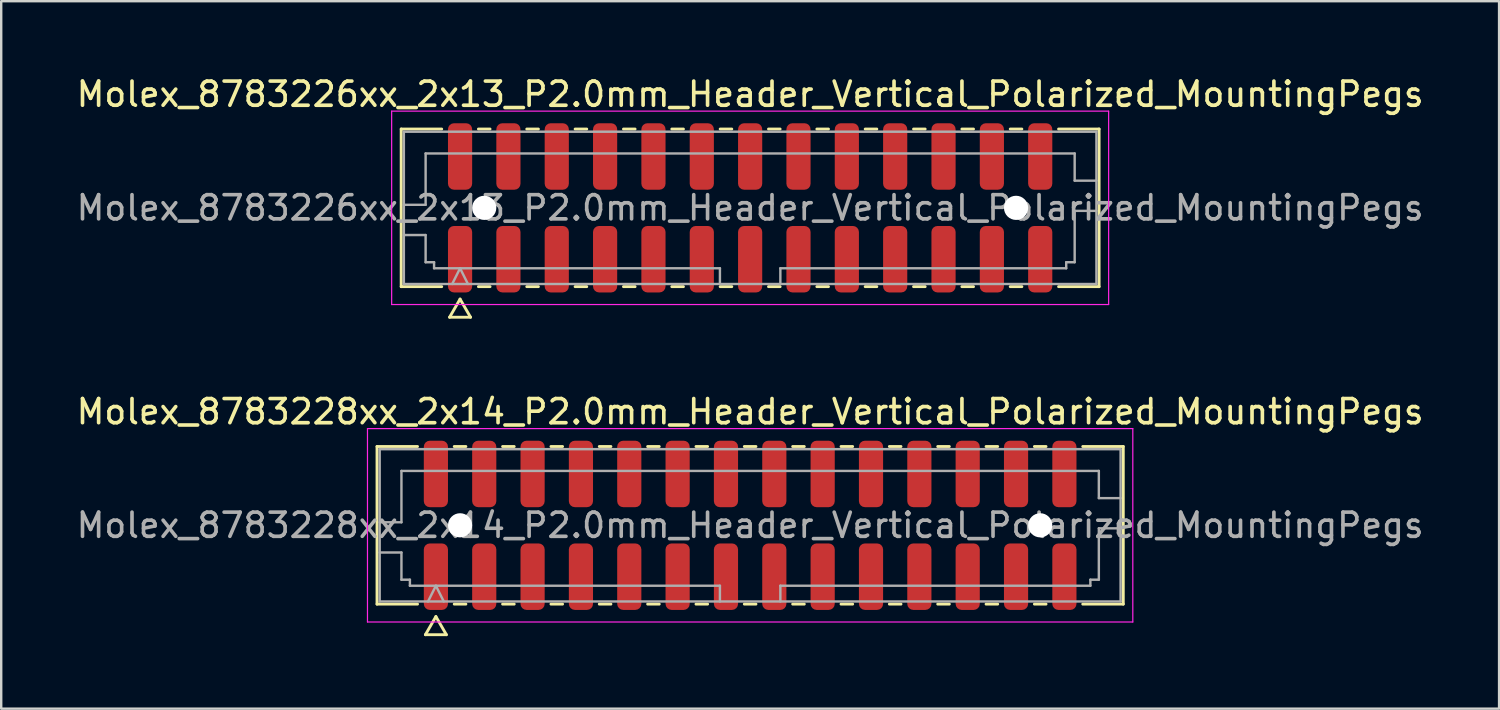
<source format=kicad_pcb>
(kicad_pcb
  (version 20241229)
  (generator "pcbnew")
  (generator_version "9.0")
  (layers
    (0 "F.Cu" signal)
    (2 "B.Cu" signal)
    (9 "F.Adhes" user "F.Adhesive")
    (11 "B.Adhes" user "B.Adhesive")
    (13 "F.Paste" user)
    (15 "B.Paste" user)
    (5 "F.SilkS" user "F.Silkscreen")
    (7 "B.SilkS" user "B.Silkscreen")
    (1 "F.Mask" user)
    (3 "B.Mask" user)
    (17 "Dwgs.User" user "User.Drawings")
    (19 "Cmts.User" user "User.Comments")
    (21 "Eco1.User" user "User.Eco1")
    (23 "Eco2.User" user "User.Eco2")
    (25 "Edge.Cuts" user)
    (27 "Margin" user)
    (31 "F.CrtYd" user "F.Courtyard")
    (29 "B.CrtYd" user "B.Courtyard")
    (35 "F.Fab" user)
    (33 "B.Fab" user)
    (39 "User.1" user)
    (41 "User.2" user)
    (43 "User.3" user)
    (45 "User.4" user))
  (footprint "Molex_8783228xx_2x14_P2.0mm_Header_Vertical_Polarized_MountingPegs"
    (layer "F.Cu")
    (at 27.982 18.681)
    (property "Reference" "Molex_8783228xx_2x14_P2.0mm_Header_Vertical_Polarized_MountingPegs" (at 0 -4.7 0) (layer "F.SilkS") (effects (font (size 1 1) (thickness 0.15))))
    (attr smd)
    (fp_line (start -15.435 -3.26) (end -13.76 -3.26) (stroke (width 0.12) (type solid)) (layer "F.SilkS"))
    (fp_line (start -15.435 3.26) (end -15.435 -3.26) (stroke (width 0.12) (type solid)) (layer "F.SilkS"))
    (fp_line (start -13.76 3.26) (end -15.435 3.26) (stroke (width 0.12) (type solid)) (layer "F.SilkS"))
    (fp_line (start -13.433 4.525) (end -13 3.775) (stroke (width 0.12) (type solid)) (layer "F.SilkS"))
    (fp_line (start -13 3.775) (end -12.567 4.525) (stroke (width 0.12) (type solid)) (layer "F.SilkS"))
    (fp_line (start -12.567 4.525) (end -13.433 4.525) (stroke (width 0.12) (type solid)) (layer "F.SilkS"))
    (fp_line (start -12.24 -3.26) (end -11.76 -3.26) (stroke (width 0.12) (type solid)) (layer "F.SilkS"))
    (fp_line (start -11.76 3.26) (end -12.24 3.26) (stroke (width 0.12) (type solid)) (layer "F.SilkS"))
    (fp_line (start -10.24 -3.26) (end -9.76 -3.26) (stroke (width 0.12) (type solid)) (layer "F.SilkS"))
    (fp_line (start -9.76 3.26) (end -10.24 3.26) (stroke (width 0.12) (type solid)) (layer "F.SilkS"))
    (fp_line (start -8.24 -3.26) (end -7.76 -3.26) (stroke (width 0.12) (type solid)) (layer "F.SilkS"))
    (fp_line (start -7.76 3.26) (end -8.24 3.26) (stroke (width 0.12) (type solid)) (layer "F.SilkS"))
    (fp_line (start -6.24 -3.26) (end -5.76 -3.26) (stroke (width 0.12) (type solid)) (layer "F.SilkS"))
    (fp_line (start -5.76 3.26) (end -6.24 3.26) (stroke (width 0.12) (type solid)) (layer "F.SilkS"))
    (fp_line (start -4.24 -3.26) (end -3.76 -3.26) (stroke (width 0.12) (type solid)) (layer "F.SilkS"))
    (fp_line (start -3.76 3.26) (end -4.24 3.26) (stroke (width 0.12) (type solid)) (layer "F.SilkS"))
    (fp_line (start -2.24 -3.26) (end -1.76 -3.26) (stroke (width 0.12) (type solid)) (layer "F.SilkS"))
    (fp_line (start -1.76 3.26) (end -2.24 3.26) (stroke (width 0.12) (type solid)) (layer "F.SilkS"))
    (fp_line (start -0.24 -3.26) (end 0.24 -3.26) (stroke (width 0.12) (type solid)) (layer "F.SilkS"))
    (fp_line (start 0.24 3.26) (end -0.24 3.26) (stroke (width 0.12) (type solid)) (layer "F.SilkS"))
    (fp_line (start 1.76 -3.26) (end 2.24 -3.26) (stroke (width 0.12) (type solid)) (layer "F.SilkS"))
    (fp_line (start 2.24 3.26) (end 1.76 3.26) (stroke (width 0.12) (type solid)) (layer "F.SilkS"))
    (fp_line (start 3.76 -3.26) (end 4.24 -3.26) (stroke (width 0.12) (type solid)) (layer "F.SilkS"))
    (fp_line (start 4.24 3.26) (end 3.76 3.26) (stroke (width 0.12) (type solid)) (layer "F.SilkS"))
    (fp_line (start 5.76 -3.26) (end 6.24 -3.26) (stroke (width 0.12) (type solid)) (layer "F.SilkS"))
    (fp_line (start 6.24 3.26) (end 5.76 3.26) (stroke (width 0.12) (type solid)) (layer "F.SilkS"))
    (fp_line (start 7.76 -3.26) (end 8.24 -3.26) (stroke (width 0.12) (type solid)) (layer "F.SilkS"))
    (fp_line (start 8.24 3.26) (end 7.76 3.26) (stroke (width 0.12) (type solid)) (layer "F.SilkS"))
    (fp_line (start 9.76 -3.26) (end 10.24 -3.26) (stroke (width 0.12) (type solid)) (layer "F.SilkS"))
    (fp_line (start 10.24 3.26) (end 9.76 3.26) (stroke (width 0.12) (type solid)) (layer "F.SilkS"))
    (fp_line (start 11.76 -3.26) (end 12.24 -3.26) (stroke (width 0.12) (type solid)) (layer "F.SilkS"))
    (fp_line (start 12.24 3.26) (end 11.76 3.26) (stroke (width 0.12) (type solid)) (layer "F.SilkS"))
    (fp_line (start 13.76 -3.26) (end 15.435 -3.26) (stroke (width 0.12) (type solid)) (layer "F.SilkS"))
    (fp_line (start 15.435 -3.26) (end 15.435 3.26) (stroke (width 0.12) (type solid)) (layer "F.SilkS"))
    (fp_line (start 15.435 3.26) (end 13.76 3.26) (stroke (width 0.12) (type solid)) (layer "F.SilkS"))
    (fp_line (start -15.83 -4) (end -15.83 4) (stroke (width 0.05) (type solid)) (layer "F.CrtYd"))
    (fp_line (start -15.83 4) (end 15.83 4) (stroke (width 0.05) (type solid)) (layer "F.CrtYd"))
    (fp_line (start 15.83 -4) (end -15.83 -4) (stroke (width 0.05) (type solid)) (layer "F.CrtYd"))
    (fp_line (start 15.83 4) (end 15.83 -4) (stroke (width 0.05) (type solid)) (layer "F.CrtYd"))
    (fp_line (start -15.325 -3.15) (end 15.325 -3.15) (stroke (width 0.1) (type solid)) (layer "F.Fab"))
    (fp_line (start -15.325 -0.125) (end -14.425 -0.125) (stroke (width 0.1) (type solid)) (layer "F.Fab"))
    (fp_line (start -15.325 1.125) (end -14.425 1.125) (stroke (width 0.1) (type solid)) (layer "F.Fab"))
    (fp_line (start -15.325 3.15) (end -15.325 -3.15) (stroke (width 0.1) (type solid)) (layer "F.Fab"))
    (fp_line (start -14.425 -2.25) (end 14.425 -2.25) (stroke (width 0.1) (type solid)) (layer "F.Fab"))
    (fp_line (start -14.425 -0.125) (end -14.425 -2.25) (stroke (width 0.1) (type solid)) (layer "F.Fab"))
    (fp_line (start -14.425 1.125) (end -14.425 2.25) (stroke (width 0.1) (type solid)) (layer "F.Fab"))
    (fp_line (start -14.425 2.25) (end -14.075 2.25) (stroke (width 0.1) (type solid)) (layer "F.Fab"))
    (fp_line (start -14.075 2.25) (end -14.075 2.5) (stroke (width 0.1) (type solid)) (layer "F.Fab"))
    (fp_line (start -14.075 2.5) (end -1.25 2.5) (stroke (width 0.1) (type solid)) (layer "F.Fab"))
    (fp_line (start -13.325 3.15) (end -13 2.5) (stroke (width 0.1) (type solid)) (layer "F.Fab"))
    (fp_line (start -13 2.5) (end -12.675 3.15) (stroke (width 0.1) (type solid)) (layer "F.Fab"))
    (fp_line (start -1.25 2.5) (end -1.25 3.15) (stroke (width 0.1) (type solid)) (layer "F.Fab"))
    (fp_line (start 1.25 2.5) (end 1.25 3.15) (stroke (width 0.1) (type solid)) (layer "F.Fab"))
    (fp_line (start 1.25 2.5) (end 14.075 2.5) (stroke (width 0.1) (type solid)) (layer "F.Fab"))
    (fp_line (start 14.075 2.25) (end 14.425 2.25) (stroke (width 0.1) (type solid)) (layer "F.Fab"))
    (fp_line (start 14.075 2.5) (end 14.075 2.25) (stroke (width 0.1) (type solid)) (layer "F.Fab"))
    (fp_line (start 14.425 -2.25) (end 14.425 -1.125) (stroke (width 0.1) (type solid)) (layer "F.Fab"))
    (fp_line (start 14.425 -1.125) (end 15.325 -1.125) (stroke (width 0.1) (type solid)) (layer "F.Fab"))
    (fp_line (start 14.425 0.125) (end 15.325 0.125) (stroke (width 0.1) (type solid)) (layer "F.Fab"))
    (fp_line (start 14.425 2.25) (end 14.425 0.125) (stroke (width 0.1) (type solid)) (layer "F.Fab"))
    (fp_line (start 15.325 -3.15) (end 15.325 3.15) (stroke (width 0.1) (type solid)) (layer "F.Fab"))
    (fp_line (start 15.325 3.15) (end -15.325 3.15) (stroke (width 0.1) (type solid)) (layer "F.Fab"))
    (fp_text user "${REFERENCE}" (at 0 0 0) (layer "F.Fab") (effects (font (size 1 1) (thickness 0.15))))
    (pad "" np_thru_hole circle (at -12 0) (size 1 1) (drill 1) (layers "*.Cu" "*.Mask"))
    (pad "" np_thru_hole circle (at 12 0) (size 1 1) (drill 1) (layers "*.Cu" "*.Mask"))
    (pad "1" smd roundrect (at -13 2.125) (size 1 2.75) (layers "F.Cu" "F.Mask" "F.Paste") (roundrect_rratio 0.25))
    (pad "2" smd roundrect (at -13 -2.125) (size 1 2.75) (layers "F.Cu" "F.Mask" "F.Paste") (roundrect_rratio 0.25))
    (pad "3" smd roundrect (at -11 2.125) (size 1 2.75) (layers "F.Cu" "F.Mask" "F.Paste") (roundrect_rratio 0.25))
    (pad "4" smd roundrect (at -11 -2.125) (size 1 2.75) (layers "F.Cu" "F.Mask" "F.Paste") (roundrect_rratio 0.25))
    (pad "5" smd roundrect (at -9 2.125) (size 1 2.75) (layers "F.Cu" "F.Mask" "F.Paste") (roundrect_rratio 0.25))
    (pad "6" smd roundrect (at -9 -2.125) (size 1 2.75) (layers "F.Cu" "F.Mask" "F.Paste") (roundrect_rratio 0.25))
    (pad "7" smd roundrect (at -7 2.125) (size 1 2.75) (layers "F.Cu" "F.Mask" "F.Paste") (roundrect_rratio 0.25))
    (pad "8" smd roundrect (at -7 -2.125) (size 1 2.75) (layers "F.Cu" "F.Mask" "F.Paste") (roundrect_rratio 0.25))
    (pad "9" smd roundrect (at -5 2.125) (size 1 2.75) (layers "F.Cu" "F.Mask" "F.Paste") (roundrect_rratio 0.25))
    (pad "10" smd roundrect (at -5 -2.125) (size 1 2.75) (layers "F.Cu" "F.Mask" "F.Paste") (roundrect_rratio 0.25))
    (pad "11" smd roundrect (at -3 2.125) (size 1 2.75) (layers "F.Cu" "F.Mask" "F.Paste") (roundrect_rratio 0.25))
    (pad "12" smd roundrect (at -3 -2.125) (size 1 2.75) (layers "F.Cu" "F.Mask" "F.Paste") (roundrect_rratio 0.25))
    (pad "13" smd roundrect (at -1 2.125) (size 1 2.75) (layers "F.Cu" "F.Mask" "F.Paste") (roundrect_rratio 0.25))
    (pad "14" smd roundrect (at -1 -2.125) (size 1 2.75) (layers "F.Cu" "F.Mask" "F.Paste") (roundrect_rratio 0.25))
    (pad "15" smd roundrect (at 1 2.125) (size 1 2.75) (layers "F.Cu" "F.Mask" "F.Paste") (roundrect_rratio 0.25))
    (pad "16" smd roundrect (at 1 -2.125) (size 1 2.75) (layers "F.Cu" "F.Mask" "F.Paste") (roundrect_rratio 0.25))
    (pad "17" smd roundrect (at 3 2.125) (size 1 2.75) (layers "F.Cu" "F.Mask" "F.Paste") (roundrect_rratio 0.25))
    (pad "18" smd roundrect (at 3 -2.125) (size 1 2.75) (layers "F.Cu" "F.Mask" "F.Paste") (roundrect_rratio 0.25))
    (pad "19" smd roundrect (at 5 2.125) (size 1 2.75) (layers "F.Cu" "F.Mask" "F.Paste") (roundrect_rratio 0.25))
    (pad "20" smd roundrect (at 5 -2.125) (size 1 2.75) (layers "F.Cu" "F.Mask" "F.Paste") (roundrect_rratio 0.25))
    (pad "21" smd roundrect (at 7 2.125) (size 1 2.75) (layers "F.Cu" "F.Mask" "F.Paste") (roundrect_rratio 0.25))
    (pad "22" smd roundrect (at 7 -2.125) (size 1 2.75) (layers "F.Cu" "F.Mask" "F.Paste") (roundrect_rratio 0.25))
    (pad "23" smd roundrect (at 9 2.125) (size 1 2.75) (layers "F.Cu" "F.Mask" "F.Paste") (roundrect_rratio 0.25))
    (pad "24" smd roundrect (at 9 -2.125) (size 1 2.75) (layers "F.Cu" "F.Mask" "F.Paste") (roundrect_rratio 0.25))
    (pad "25" smd roundrect (at 11 2.125) (size 1 2.75) (layers "F.Cu" "F.Mask" "F.Paste") (roundrect_rratio 0.25))
    (pad "26" smd roundrect (at 11 -2.125) (size 1 2.75) (layers "F.Cu" "F.Mask" "F.Paste") (roundrect_rratio 0.25))
    (pad "27" smd roundrect (at 13 2.125) (size 1 2.75) (layers "F.Cu" "F.Mask" "F.Paste") (roundrect_rratio 0.25))
    (pad "28" smd roundrect (at 13 -2.125) (size 1 2.75) (layers "F.Cu" "F.Mask" "F.Paste") (roundrect_rratio 0.25)))
  (footprint "Molex_8783226xx_2x13_P2.0mm_Header_Vertical_Polarized_MountingPegs"
    (layer "F.Cu")
    (at 27.982 5.548)
    (property "Reference" "Molex_8783226xx_2x13_P2.0mm_Header_Vertical_Polarized_MountingPegs" (at 0 -4.7 0) (layer "F.SilkS") (effects (font (size 1 1) (thickness 0.15))))
    (attr smd)
    (fp_line (start -14.435 -3.26) (end -12.76 -3.26) (stroke (width 0.12) (type solid)) (layer "F.SilkS"))
    (fp_line (start -14.435 3.26) (end -14.435 -3.26) (stroke (width 0.12) (type solid)) (layer "F.SilkS"))
    (fp_line (start -12.76 3.26) (end -14.435 3.26) (stroke (width 0.12) (type solid)) (layer "F.SilkS"))
    (fp_line (start -12.433 4.525) (end -12 3.775) (stroke (width 0.12) (type solid)) (layer "F.SilkS"))
    (fp_line (start -12 3.775) (end -11.567 4.525) (stroke (width 0.12) (type solid)) (layer "F.SilkS"))
    (fp_line (start -11.567 4.525) (end -12.433 4.525) (stroke (width 0.12) (type solid)) (layer "F.SilkS"))
    (fp_line (start -11.24 -3.26) (end -10.76 -3.26) (stroke (width 0.12) (type solid)) (layer "F.SilkS"))
    (fp_line (start -10.76 3.26) (end -11.24 3.26) (stroke (width 0.12) (type solid)) (layer "F.SilkS"))
    (fp_line (start -9.24 -3.26) (end -8.76 -3.26) (stroke (width 0.12) (type solid)) (layer "F.SilkS"))
    (fp_line (start -8.76 3.26) (end -9.24 3.26) (stroke (width 0.12) (type solid)) (layer "F.SilkS"))
    (fp_line (start -7.24 -3.26) (end -6.76 -3.26) (stroke (width 0.12) (type solid)) (layer "F.SilkS"))
    (fp_line (start -6.76 3.26) (end -7.24 3.26) (stroke (width 0.12) (type solid)) (layer "F.SilkS"))
    (fp_line (start -5.24 -3.26) (end -4.76 -3.26) (stroke (width 0.12) (type solid)) (layer "F.SilkS"))
    (fp_line (start -4.76 3.26) (end -5.24 3.26) (stroke (width 0.12) (type solid)) (layer "F.SilkS"))
    (fp_line (start -3.24 -3.26) (end -2.76 -3.26) (stroke (width 0.12) (type solid)) (layer "F.SilkS"))
    (fp_line (start -2.76 3.26) (end -3.24 3.26) (stroke (width 0.12) (type solid)) (layer "F.SilkS"))
    (fp_line (start -1.24 -3.26) (end -0.76 -3.26) (stroke (width 0.12) (type solid)) (layer "F.SilkS"))
    (fp_line (start -0.76 3.26) (end -1.24 3.26) (stroke (width 0.12) (type solid)) (layer "F.SilkS"))
    (fp_line (start 0.76 -3.26) (end 1.24 -3.26) (stroke (width 0.12) (type solid)) (layer "F.SilkS"))
    (fp_line (start 1.24 3.26) (end 0.76 3.26) (stroke (width 0.12) (type solid)) (layer "F.SilkS"))
    (fp_line (start 2.76 -3.26) (end 3.24 -3.26) (stroke (width 0.12) (type solid)) (layer "F.SilkS"))
    (fp_line (start 3.24 3.26) (end 2.76 3.26) (stroke (width 0.12) (type solid)) (layer "F.SilkS"))
    (fp_line (start 4.76 -3.26) (end 5.24 -3.26) (stroke (width 0.12) (type solid)) (layer "F.SilkS"))
    (fp_line (start 5.24 3.26) (end 4.76 3.26) (stroke (width 0.12) (type solid)) (layer "F.SilkS"))
    (fp_line (start 6.76 -3.26) (end 7.24 -3.26) (stroke (width 0.12) (type solid)) (layer "F.SilkS"))
    (fp_line (start 7.24 3.26) (end 6.76 3.26) (stroke (width 0.12) (type solid)) (layer "F.SilkS"))
    (fp_line (start 8.76 -3.26) (end 9.24 -3.26) (stroke (width 0.12) (type solid)) (layer "F.SilkS"))
    (fp_line (start 9.24 3.26) (end 8.76 3.26) (stroke (width 0.12) (type solid)) (layer "F.SilkS"))
    (fp_line (start 10.76 -3.26) (end 11.24 -3.26) (stroke (width 0.12) (type solid)) (layer "F.SilkS"))
    (fp_line (start 11.24 3.26) (end 10.76 3.26) (stroke (width 0.12) (type solid)) (layer "F.SilkS"))
    (fp_line (start 12.76 -3.26) (end 14.435 -3.26) (stroke (width 0.12) (type solid)) (layer "F.SilkS"))
    (fp_line (start 14.435 -3.26) (end 14.435 3.26) (stroke (width 0.12) (type solid)) (layer "F.SilkS"))
    (fp_line (start 14.435 3.26) (end 12.76 3.26) (stroke (width 0.12) (type solid)) (layer "F.SilkS"))
    (fp_line (start -14.83 -4) (end -14.83 4) (stroke (width 0.05) (type solid)) (layer "F.CrtYd"))
    (fp_line (start -14.83 4) (end 14.83 4) (stroke (width 0.05) (type solid)) (layer "F.CrtYd"))
    (fp_line (start 14.83 -4) (end -14.83 -4) (stroke (width 0.05) (type solid)) (layer "F.CrtYd"))
    (fp_line (start 14.83 4) (end 14.83 -4) (stroke (width 0.05) (type solid)) (layer "F.CrtYd"))
    (fp_line (start -14.325 -3.15) (end 14.325 -3.15) (stroke (width 0.1) (type solid)) (layer "F.Fab"))
    (fp_line (start -14.325 -0.125) (end -13.425 -0.125) (stroke (width 0.1) (type solid)) (layer "F.Fab"))
    (fp_line (start -14.325 1.125) (end -13.425 1.125) (stroke (width 0.1) (type solid)) (layer "F.Fab"))
    (fp_line (start -14.325 3.15) (end -14.325 -3.15) (stroke (width 0.1) (type solid)) (layer "F.Fab"))
    (fp_line (start -13.425 -2.25) (end 13.425 -2.25) (stroke (width 0.1) (type solid)) (layer "F.Fab"))
    (fp_line (start -13.425 -0.125) (end -13.425 -2.25) (stroke (width 0.1) (type solid)) (layer "F.Fab"))
    (fp_line (start -13.425 1.125) (end -13.425 2.25) (stroke (width 0.1) (type solid)) (layer "F.Fab"))
    (fp_line (start -13.425 2.25) (end -13.075 2.25) (stroke (width 0.1) (type solid)) (layer "F.Fab"))
    (fp_line (start -13.075 2.25) (end -13.075 2.5) (stroke (width 0.1) (type solid)) (layer "F.Fab"))
    (fp_line (start -13.075 2.5) (end -1.25 2.5) (stroke (width 0.1) (type solid)) (layer "F.Fab"))
    (fp_line (start -12.325 3.15) (end -12 2.5) (stroke (width 0.1) (type solid)) (layer "F.Fab"))
    (fp_line (start -12 2.5) (end -11.675 3.15) (stroke (width 0.1) (type solid)) (layer "F.Fab"))
    (fp_line (start -1.25 2.5) (end -1.25 3.15) (stroke (width 0.1) (type solid)) (layer "F.Fab"))
    (fp_line (start 1.25 2.5) (end 1.25 3.15) (stroke (width 0.1) (type solid)) (layer "F.Fab"))
    (fp_line (start 1.25 2.5) (end 13.075 2.5) (stroke (width 0.1) (type solid)) (layer "F.Fab"))
    (fp_line (start 13.075 2.25) (end 13.425 2.25) (stroke (width 0.1) (type solid)) (layer "F.Fab"))
    (fp_line (start 13.075 2.5) (end 13.075 2.25) (stroke (width 0.1) (type solid)) (layer "F.Fab"))
    (fp_line (start 13.425 -2.25) (end 13.425 -1.125) (stroke (width 0.1) (type solid)) (layer "F.Fab"))
    (fp_line (start 13.425 -1.125) (end 14.325 -1.125) (stroke (width 0.1) (type solid)) (layer "F.Fab"))
    (fp_line (start 13.425 0.125) (end 14.325 0.125) (stroke (width 0.1) (type solid)) (layer "F.Fab"))
    (fp_line (start 13.425 2.25) (end 13.425 0.125) (stroke (width 0.1) (type solid)) (layer "F.Fab"))
    (fp_line (start 14.325 -3.15) (end 14.325 3.15) (stroke (width 0.1) (type solid)) (layer "F.Fab"))
    (fp_line (start 14.325 3.15) (end -14.325 3.15) (stroke (width 0.1) (type solid)) (layer "F.Fab"))
    (fp_text user "${REFERENCE}" (at 0 0 0) (layer "F.Fab") (effects (font (size 1 1) (thickness 0.15))))
    (pad "" np_thru_hole circle (at -11 0) (size 1 1) (drill 1) (layers "*.Cu" "*.Mask"))
    (pad "" np_thru_hole circle (at 11 0) (size 1 1) (drill 1) (layers "*.Cu" "*.Mask"))
    (pad "1" smd roundrect (at -12 2.125) (size 1 2.75) (layers "F.Cu" "F.Mask" "F.Paste") (roundrect_rratio 0.25))
    (pad "2" smd roundrect (at -12 -2.125) (size 1 2.75) (layers "F.Cu" "F.Mask" "F.Paste") (roundrect_rratio 0.25))
    (pad "3" smd roundrect (at -10 2.125) (size 1 2.75) (layers "F.Cu" "F.Mask" "F.Paste") (roundrect_rratio 0.25))
    (pad "4" smd roundrect (at -10 -2.125) (size 1 2.75) (layers "F.Cu" "F.Mask" "F.Paste") (roundrect_rratio 0.25))
    (pad "5" smd roundrect (at -8 2.125) (size 1 2.75) (layers "F.Cu" "F.Mask" "F.Paste") (roundrect_rratio 0.25))
    (pad "6" smd roundrect (at -8 -2.125) (size 1 2.75) (layers "F.Cu" "F.Mask" "F.Paste") (roundrect_rratio 0.25))
    (pad "7" smd roundrect (at -6 2.125) (size 1 2.75) (layers "F.Cu" "F.Mask" "F.Paste") (roundrect_rratio 0.25))
    (pad "8" smd roundrect (at -6 -2.125) (size 1 2.75) (layers "F.Cu" "F.Mask" "F.Paste") (roundrect_rratio 0.25))
    (pad "9" smd roundrect (at -4 2.125) (size 1 2.75) (layers "F.Cu" "F.Mask" "F.Paste") (roundrect_rratio 0.25))
    (pad "10" smd roundrect (at -4 -2.125) (size 1 2.75) (layers "F.Cu" "F.Mask" "F.Paste") (roundrect_rratio 0.25))
    (pad "11" smd roundrect (at -2 2.125) (size 1 2.75) (layers "F.Cu" "F.Mask" "F.Paste") (roundrect_rratio 0.25))
    (pad "12" smd roundrect (at -2 -2.125) (size 1 2.75) (layers "F.Cu" "F.Mask" "F.Paste") (roundrect_rratio 0.25))
    (pad "13" smd roundrect (at 0 2.125) (size 1 2.75) (layers "F.Cu" "F.Mask" "F.Paste") (roundrect_rratio 0.25))
    (pad "14" smd roundrect (at 0 -2.125) (size 1 2.75) (layers "F.Cu" "F.Mask" "F.Paste") (roundrect_rratio 0.25))
    (pad "15" smd roundrect (at 2 2.125) (size 1 2.75) (layers "F.Cu" "F.Mask" "F.Paste") (roundrect_rratio 0.25))
    (pad "16" smd roundrect (at 2 -2.125) (size 1 2.75) (layers "F.Cu" "F.Mask" "F.Paste") (roundrect_rratio 0.25))
    (pad "17" smd roundrect (at 4 2.125) (size 1 2.75) (layers "F.Cu" "F.Mask" "F.Paste") (roundrect_rratio 0.25))
    (pad "18" smd roundrect (at 4 -2.125) (size 1 2.75) (layers "F.Cu" "F.Mask" "F.Paste") (roundrect_rratio 0.25))
    (pad "19" smd roundrect (at 6 2.125) (size 1 2.75) (layers "F.Cu" "F.Mask" "F.Paste") (roundrect_rratio 0.25))
    (pad "20" smd roundrect (at 6 -2.125) (size 1 2.75) (layers "F.Cu" "F.Mask" "F.Paste") (roundrect_rratio 0.25))
    (pad "21" smd roundrect (at 8 2.125) (size 1 2.75) (layers "F.Cu" "F.Mask" "F.Paste") (roundrect_rratio 0.25))
    (pad "22" smd roundrect (at 8 -2.125) (size 1 2.75) (layers "F.Cu" "F.Mask" "F.Paste") (roundrect_rratio 0.25))
    (pad "23" smd roundrect (at 10 2.125) (size 1 2.75) (layers "F.Cu" "F.Mask" "F.Paste") (roundrect_rratio 0.25))
    (pad "24" smd roundrect (at 10 -2.125) (size 1 2.75) (layers "F.Cu" "F.Mask" "F.Paste") (roundrect_rratio 0.25))
    (pad "25" smd roundrect (at 12 2.125) (size 1 2.75) (layers "F.Cu" "F.Mask" "F.Paste") (roundrect_rratio 0.25))
    (pad "26" smd roundrect (at 12 -2.125) (size 1 2.75) (layers "F.Cu" "F.Mask" "F.Paste") (roundrect_rratio 0.25)))
  (gr_rect
    (start -3 -3)
    (end 58.964 26.267)
    (stroke (width 0.1) (type default))
    (fill no)
    (layer "Edge.Cuts")))
</source>
